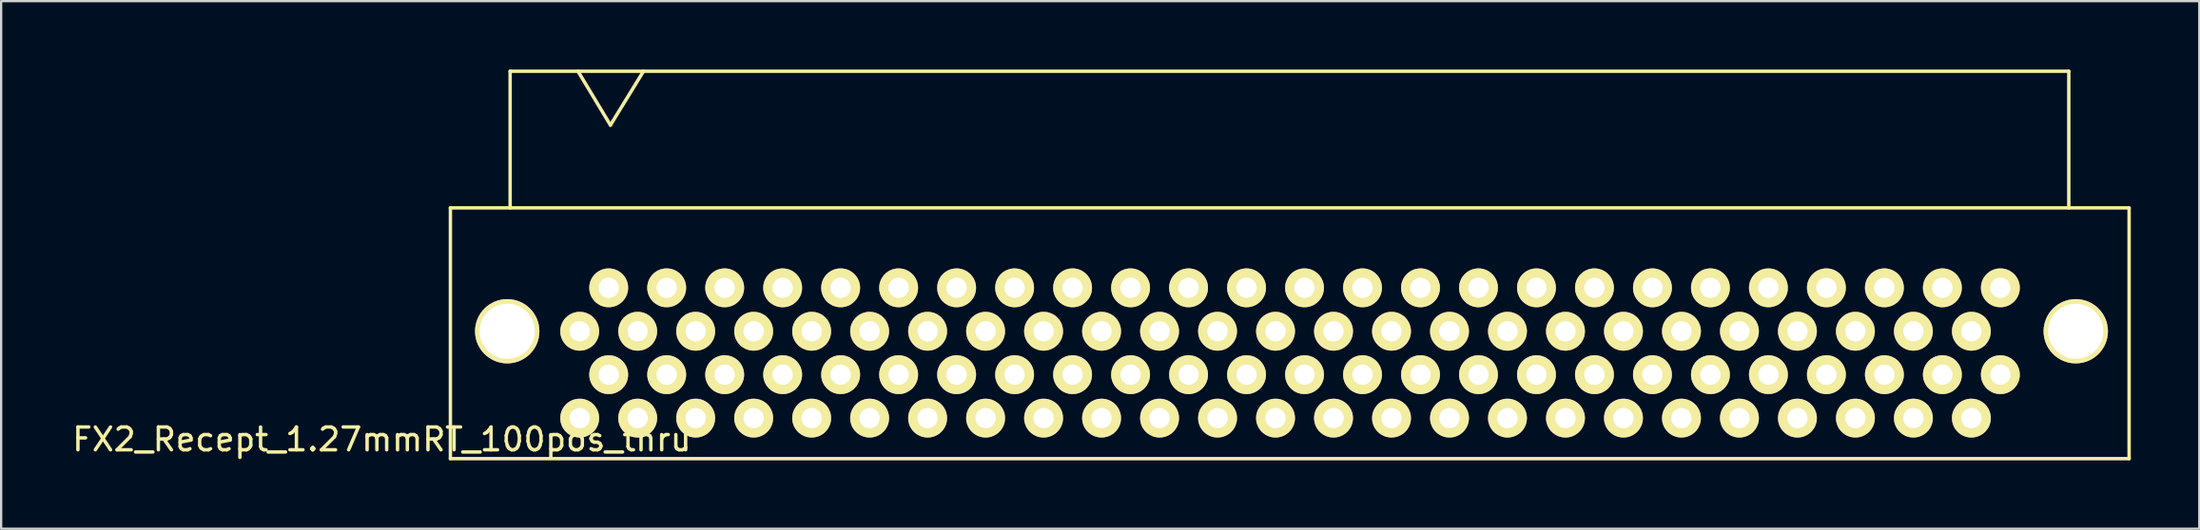
<source format=kicad_pcb>
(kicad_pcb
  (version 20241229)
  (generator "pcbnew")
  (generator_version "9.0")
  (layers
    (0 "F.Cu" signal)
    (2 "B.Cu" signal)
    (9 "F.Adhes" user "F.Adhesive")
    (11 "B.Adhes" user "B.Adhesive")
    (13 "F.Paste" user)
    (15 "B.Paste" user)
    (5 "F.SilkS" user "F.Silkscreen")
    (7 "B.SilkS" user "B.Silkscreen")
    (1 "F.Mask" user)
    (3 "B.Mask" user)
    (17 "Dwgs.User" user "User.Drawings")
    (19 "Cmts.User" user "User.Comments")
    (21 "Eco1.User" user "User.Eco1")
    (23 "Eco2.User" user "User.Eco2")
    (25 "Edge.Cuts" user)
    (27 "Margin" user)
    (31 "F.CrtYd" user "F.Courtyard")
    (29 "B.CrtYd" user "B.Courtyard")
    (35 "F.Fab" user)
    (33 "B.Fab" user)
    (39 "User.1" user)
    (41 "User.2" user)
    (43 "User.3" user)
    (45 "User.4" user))
  (footprint "FX2_Recept_1.27mmRT_100pos_thru"
    (layer "F.Cu")
    (at 84.573 9.575)
    (property "Reference" "FX2_Recept_1.27mmRT_100pos_thru" (at -70.9 6.65 0) (layer "F.SilkS") (effects (font (size 1 1) (thickness 0.15))))
    (attr through_hole)
    (fp_line (start -67.894 -3.505) (end 5.639 -3.505) (stroke (width 0.15) (type solid)) (layer "F.SilkS"))
    (fp_line (start -67.894 7.493) (end -67.894 -3.505) (stroke (width 0.15) (type solid)) (layer "F.SilkS"))
    (fp_line (start -65.278 -9.5) (end -65.278 -3.505) (stroke (width 0.15) (type solid)) (layer "F.SilkS"))
    (fp_line (start -62.306 -9.5) (end -60.884 -7.137) (stroke (width 0.15) (type solid)) (layer "F.SilkS"))
    (fp_line (start -60.884 -7.137) (end -59.436 -9.5) (stroke (width 0.15) (type solid)) (layer "F.SilkS"))
    (fp_line (start 2.997 -9.5) (end -65.278 -9.5) (stroke (width 0.15) (type solid)) (layer "F.SilkS"))
    (fp_line (start 2.997 -3.505) (end 2.997 -9.5) (stroke (width 0.15) (type solid)) (layer "F.SilkS"))
    (fp_line (start 5.639 -3.505) (end 5.639 7.493) (stroke (width 0.15) (type solid)) (layer "F.SilkS"))
    (fp_line (start 5.639 7.493) (end -67.894 7.493) (stroke (width 0.15) (type solid)) (layer "F.SilkS"))
    (pad "" np_thru_hole circle (at -65.405 1.905) (size 2.819 2.819) (drill 2.413) (layers "*.Cu" "*.Mask" "F.SilkS"))
    (pad "" np_thru_hole circle (at 3.302 1.905) (size 2.819 2.819) (drill 2.413) (layers "*.Cu" "*.Mask" "F.SilkS"))
    (pad "a1" thru_hole circle (at 0 3.81) (size 1.702 1.702) (drill 0.889) (layers "*.Cu" "*.Mask" "F.SilkS"))
    (pad "a2" thru_hole circle (at -1.27 5.715) (size 1.702 1.702) (drill 0.889) (layers "*.Cu" "*.Mask" "F.SilkS"))
    (pad "a3" thru_hole circle (at -2.54 3.81) (size 1.702 1.702) (drill 0.889) (layers "*.Cu" "*.Mask" "F.SilkS"))
    (pad "a4" thru_hole circle (at -3.81 5.715) (size 1.702 1.702) (drill 0.889) (layers "*.Cu" "*.Mask" "F.SilkS"))
    (pad "a5" thru_hole circle (at -5.08 3.81) (size 1.702 1.702) (drill 0.889) (layers "*.Cu" "*.Mask" "F.SilkS"))
    (pad "a6" thru_hole circle (at -6.35 5.715) (size 1.702 1.702) (drill 0.889) (layers "*.Cu" "*.Mask" "F.SilkS"))
    (pad "a7" thru_hole circle (at -7.62 3.81) (size 1.702 1.702) (drill 0.889) (layers "*.Cu" "*.Mask" "F.SilkS"))
    (pad "a8" thru_hole circle (at -8.89 5.715) (size 1.702 1.702) (drill 0.889) (layers "*.Cu" "*.Mask" "F.SilkS"))
    (pad "a9" thru_hole circle (at -10.16 3.81) (size 1.702 1.702) (drill 0.889) (layers "*.Cu" "*.Mask" "F.SilkS"))
    (pad "a10" thru_hole circle (at -11.43 5.715) (size 1.702 1.702) (drill 0.889) (layers "*.Cu" "*.Mask" "F.SilkS"))
    (pad "a11" thru_hole circle (at -12.7 3.81) (size 1.702 1.702) (drill 0.889) (layers "*.Cu" "*.Mask" "F.SilkS"))
    (pad "a12" thru_hole circle (at -13.97 5.715) (size 1.702 1.702) (drill 0.889) (layers "*.Cu" "*.Mask" "F.SilkS"))
    (pad "a13" thru_hole circle (at -15.24 3.81) (size 1.702 1.702) (drill 0.889) (layers "*.Cu" "*.Mask" "F.SilkS"))
    (pad "a14" thru_hole circle (at -16.51 5.715) (size 1.702 1.702) (drill 0.889) (layers "*.Cu" "*.Mask" "F.SilkS"))
    (pad "a15" thru_hole circle (at -17.78 3.81) (size 1.702 1.702) (drill 0.889) (layers "*.Cu" "*.Mask" "F.SilkS"))
    (pad "a16" thru_hole circle (at -19.05 5.715) (size 1.702 1.702) (drill 0.889) (layers "*.Cu" "*.Mask" "F.SilkS"))
    (pad "a17" thru_hole circle (at -20.32 3.81) (size 1.702 1.702) (drill 0.889) (layers "*.Cu" "*.Mask" "F.SilkS"))
    (pad "a18" thru_hole circle (at -21.59 5.715) (size 1.702 1.702) (drill 0.889) (layers "*.Cu" "*.Mask" "F.SilkS"))
    (pad "a19" thru_hole circle (at -22.86 3.81) (size 1.702 1.702) (drill 0.889) (layers "*.Cu" "*.Mask" "F.SilkS"))
    (pad "a20" thru_hole circle (at -24.13 5.715) (size 1.702 1.702) (drill 0.889) (layers "*.Cu" "*.Mask" "F.SilkS"))
    (pad "a21" thru_hole circle (at -25.4 3.81) (size 1.702 1.702) (drill 0.889) (layers "*.Cu" "*.Mask" "F.SilkS"))
    (pad "a22" thru_hole circle (at -26.67 5.715) (size 1.702 1.702) (drill 0.889) (layers "*.Cu" "*.Mask" "F.SilkS"))
    (pad "a23" thru_hole circle (at -27.94 3.81) (size 1.702 1.702) (drill 0.889) (layers "*.Cu" "*.Mask" "F.SilkS"))
    (pad "a24" thru_hole circle (at -29.21 5.715) (size 1.702 1.702) (drill 0.889) (layers "*.Cu" "*.Mask" "F.SilkS"))
    (pad "a25" thru_hole circle (at -30.48 3.81) (size 1.702 1.702) (drill 0.889) (layers "*.Cu" "*.Mask" "F.SilkS"))
    (pad "a26" thru_hole circle (at -31.75 5.715) (size 1.702 1.702) (drill 0.889) (layers "*.Cu" "*.Mask" "F.SilkS"))
    (pad "a27" thru_hole circle (at -33.02 3.81) (size 1.702 1.702) (drill 0.889) (layers "*.Cu" "*.Mask" "F.SilkS"))
    (pad "a28" thru_hole circle (at -34.29 5.715) (size 1.702 1.702) (drill 0.889) (layers "*.Cu" "*.Mask" "F.SilkS"))
    (pad "a29" thru_hole circle (at -35.56 3.81) (size 1.702 1.702) (drill 0.889) (layers "*.Cu" "*.Mask" "F.SilkS"))
    (pad "a30" thru_hole circle (at -36.83 5.715) (size 1.702 1.702) (drill 0.889) (layers "*.Cu" "*.Mask" "F.SilkS"))
    (pad "a31" thru_hole circle (at -38.1 3.81) (size 1.702 1.702) (drill 0.889) (layers "*.Cu" "*.Mask" "F.SilkS"))
    (pad "a32" thru_hole circle (at -39.37 5.715) (size 1.702 1.702) (drill 0.889) (layers "*.Cu" "*.Mask" "F.SilkS"))
    (pad "a33" thru_hole circle (at -40.64 3.81) (size 1.702 1.702) (drill 0.889) (layers "*.Cu" "*.Mask" "F.SilkS"))
    (pad "a34" thru_hole circle (at -41.91 5.715) (size 1.702 1.702) (drill 0.889) (layers "*.Cu" "*.Mask" "F.SilkS"))
    (pad "a35" thru_hole circle (at -43.18 3.81) (size 1.702 1.702) (drill 0.889) (layers "*.Cu" "*.Mask" "F.SilkS"))
    (pad "a36" thru_hole circle (at -44.45 5.715) (size 1.702 1.702) (drill 0.889) (layers "*.Cu" "*.Mask" "F.SilkS"))
    (pad "a37" thru_hole circle (at -45.72 3.81) (size 1.702 1.702) (drill 0.889) (layers "*.Cu" "*.Mask" "F.SilkS"))
    (pad "a38" thru_hole circle (at -46.99 5.715) (size 1.702 1.702) (drill 0.889) (layers "*.Cu" "*.Mask" "F.SilkS"))
    (pad "a39" thru_hole circle (at -48.26 3.81) (size 1.702 1.702) (drill 0.889) (layers "*.Cu" "*.Mask" "F.SilkS"))
    (pad "a40" thru_hole circle (at -49.53 5.715) (size 1.702 1.702) (drill 0.889) (layers "*.Cu" "*.Mask" "F.SilkS"))
    (pad "a41" thru_hole circle (at -50.8 3.81) (size 1.702 1.702) (drill 0.889) (layers "*.Cu" "*.Mask" "F.SilkS"))
    (pad "a42" thru_hole circle (at -52.07 5.715) (size 1.702 1.702) (drill 0.889) (layers "*.Cu" "*.Mask" "F.SilkS"))
    (pad "a43" thru_hole circle (at -53.34 3.81) (size 1.702 1.702) (drill 0.889) (layers "*.Cu" "*.Mask" "F.SilkS"))
    (pad "a44" thru_hole circle (at -54.61 5.715) (size 1.702 1.702) (drill 0.889) (layers "*.Cu" "*.Mask" "F.SilkS"))
    (pad "a45" thru_hole circle (at -55.88 3.81) (size 1.702 1.702) (drill 0.889) (layers "*.Cu" "*.Mask" "F.SilkS"))
    (pad "a46" thru_hole circle (at -57.15 5.715) (size 1.702 1.702) (drill 0.889) (layers "*.Cu" "*.Mask" "F.SilkS"))
    (pad "a47" thru_hole circle (at -58.42 3.81) (size 1.702 1.702) (drill 0.889) (layers "*.Cu" "*.Mask" "F.SilkS"))
    (pad "a48" thru_hole circle (at -59.69 5.715) (size 1.702 1.702) (drill 0.889) (layers "*.Cu" "*.Mask" "F.SilkS"))
    (pad "a49" thru_hole circle (at -60.96 3.81) (size 1.702 1.702) (drill 0.889) (layers "*.Cu" "*.Mask" "F.SilkS"))
    (pad "a50" thru_hole circle (at -62.23 5.715) (size 1.702 1.702) (drill 0.889) (layers "*.Cu" "*.Mask" "F.SilkS"))
    (pad "b1" thru_hole circle (at 0 0) (size 1.702 1.702) (drill 0.889) (layers "*.Cu" "*.Mask" "F.SilkS"))
    (pad "b2" thru_hole circle (at -1.27 1.905) (size 1.702 1.702) (drill 0.889) (layers "*.Cu" "*.Mask" "F.SilkS"))
    (pad "b3" thru_hole circle (at -2.54 0) (size 1.702 1.702) (drill 0.889) (layers "*.Cu" "*.Mask" "F.SilkS"))
    (pad "b4" thru_hole circle (at -3.81 1.905) (size 1.702 1.702) (drill 0.889) (layers "*.Cu" "*.Mask" "F.SilkS"))
    (pad "b5" thru_hole circle (at -5.08 0) (size 1.702 1.702) (drill 0.889) (layers "*.Cu" "*.Mask" "F.SilkS"))
    (pad "b6" thru_hole circle (at -6.35 1.905) (size 1.702 1.702) (drill 0.889) (layers "*.Cu" "*.Mask" "F.SilkS"))
    (pad "b7" thru_hole circle (at -7.62 0) (size 1.702 1.702) (drill 0.889) (layers "*.Cu" "*.Mask" "F.SilkS"))
    (pad "b8" thru_hole circle (at -8.89 1.905) (size 1.702 1.702) (drill 0.889) (layers "*.Cu" "*.Mask" "F.SilkS"))
    (pad "b9" thru_hole circle (at -10.16 0) (size 1.702 1.702) (drill 0.889) (layers "*.Cu" "*.Mask" "F.SilkS"))
    (pad "b10" thru_hole circle (at -11.43 1.905) (size 1.702 1.702) (drill 0.889) (layers "*.Cu" "*.Mask" "F.SilkS"))
    (pad "b11" thru_hole circle (at -12.7 0) (size 1.702 1.702) (drill 0.889) (layers "*.Cu" "*.Mask" "F.SilkS"))
    (pad "b12" thru_hole circle (at -13.97 1.905) (size 1.702 1.702) (drill 0.889) (layers "*.Cu" "*.Mask" "F.SilkS"))
    (pad "b13" thru_hole circle (at -15.24 0) (size 1.702 1.702) (drill 0.889) (layers "*.Cu" "*.Mask" "F.SilkS"))
    (pad "b14" thru_hole circle (at -16.51 1.905) (size 1.702 1.702) (drill 0.889) (layers "*.Cu" "*.Mask" "F.SilkS"))
    (pad "b15" thru_hole circle (at -17.78 0) (size 1.702 1.702) (drill 0.889) (layers "*.Cu" "*.Mask" "F.SilkS"))
    (pad "b16" thru_hole circle (at -19.05 1.905) (size 1.702 1.702) (drill 0.889) (layers "*.Cu" "*.Mask" "F.SilkS"))
    (pad "b17" thru_hole circle (at -20.32 0) (size 1.702 1.702) (drill 0.889) (layers "*.Cu" "*.Mask" "F.SilkS"))
    (pad "b18" thru_hole circle (at -21.59 1.905) (size 1.702 1.702) (drill 0.889) (layers "*.Cu" "*.Mask" "F.SilkS"))
    (pad "b19" thru_hole circle (at -22.86 0) (size 1.702 1.702) (drill 0.889) (layers "*.Cu" "*.Mask" "F.SilkS"))
    (pad "b20" thru_hole circle (at -24.13 1.905) (size 1.702 1.702) (drill 0.889) (layers "*.Cu" "*.Mask" "F.SilkS"))
    (pad "b21" thru_hole circle (at -25.4 0) (size 1.702 1.702) (drill 0.889) (layers "*.Cu" "*.Mask" "F.SilkS"))
    (pad "b22" thru_hole circle (at -26.67 1.905) (size 1.702 1.702) (drill 0.889) (layers "*.Cu" "*.Mask" "F.SilkS"))
    (pad "b23" thru_hole circle (at -27.94 0) (size 1.702 1.702) (drill 0.889) (layers "*.Cu" "*.Mask" "F.SilkS"))
    (pad "b24" thru_hole circle (at -29.21 1.905) (size 1.702 1.702) (drill 0.889) (layers "*.Cu" "*.Mask" "F.SilkS"))
    (pad "b25" thru_hole circle (at -30.48 0) (size 1.702 1.702) (drill 0.889) (layers "*.Cu" "*.Mask" "F.SilkS"))
    (pad "b26" thru_hole circle (at -31.75 1.905) (size 1.702 1.702) (drill 0.889) (layers "*.Cu" "*.Mask" "F.SilkS"))
    (pad "b27" thru_hole circle (at -33.02 0) (size 1.702 1.702) (drill 0.889) (layers "*.Cu" "*.Mask" "F.SilkS"))
    (pad "b28" thru_hole circle (at -34.29 1.905) (size 1.702 1.702) (drill 0.889) (layers "*.Cu" "*.Mask" "F.SilkS"))
    (pad "b29" thru_hole circle (at -35.56 0) (size 1.702 1.702) (drill 0.889) (layers "*.Cu" "*.Mask" "F.SilkS"))
    (pad "b30" thru_hole circle (at -36.83 1.905) (size 1.702 1.702) (drill 0.889) (layers "*.Cu" "*.Mask" "F.SilkS"))
    (pad "b31" thru_hole circle (at -38.1 0) (size 1.702 1.702) (drill 0.889) (layers "*.Cu" "*.Mask" "F.SilkS"))
    (pad "b32" thru_hole circle (at -39.37 1.905) (size 1.702 1.702) (drill 0.889) (layers "*.Cu" "*.Mask" "F.SilkS"))
    (pad "b33" thru_hole circle (at -40.64 0) (size 1.702 1.702) (drill 0.889) (layers "*.Cu" "*.Mask" "F.SilkS"))
    (pad "b34" thru_hole circle (at -41.91 1.905) (size 1.702 1.702) (drill 0.889) (layers "*.Cu" "*.Mask" "F.SilkS"))
    (pad "b35" thru_hole circle (at -43.18 0) (size 1.702 1.702) (drill 0.889) (layers "*.Cu" "*.Mask" "F.SilkS"))
    (pad "b36" thru_hole circle (at -44.45 1.905) (size 1.702 1.702) (drill 0.889) (layers "*.Cu" "*.Mask" "F.SilkS"))
    (pad "b37" thru_hole circle (at -45.72 0) (size 1.702 1.702) (drill 0.889) (layers "*.Cu" "*.Mask" "F.SilkS"))
    (pad "b38" thru_hole circle (at -46.99 1.905) (size 1.702 1.702) (drill 0.889) (layers "*.Cu" "*.Mask" "F.SilkS"))
    (pad "b39" thru_hole circle (at -48.26 0) (size 1.702 1.702) (drill 0.889) (layers "*.Cu" "*.Mask" "F.SilkS"))
    (pad "b40" thru_hole circle (at -49.53 1.905) (size 1.702 1.702) (drill 0.889) (layers "*.Cu" "*.Mask" "F.SilkS"))
    (pad "b41" thru_hole circle (at -50.8 0) (size 1.702 1.702) (drill 0.889) (layers "*.Cu" "*.Mask" "F.SilkS"))
    (pad "b42" thru_hole circle (at -52.07 1.905) (size 1.702 1.702) (drill 0.889) (layers "*.Cu" "*.Mask" "F.SilkS"))
    (pad "b43" thru_hole circle (at -53.34 0) (size 1.702 1.702) (drill 0.889) (layers "*.Cu" "*.Mask" "F.SilkS"))
    (pad "b44" thru_hole circle (at -54.61 1.905) (size 1.702 1.702) (drill 0.889) (layers "*.Cu" "*.Mask" "F.SilkS"))
    (pad "b45" thru_hole circle (at -55.88 0) (size 1.702 1.702) (drill 0.889) (layers "*.Cu" "*.Mask" "F.SilkS"))
    (pad "b46" thru_hole circle (at -57.15 1.905) (size 1.702 1.702) (drill 0.889) (layers "*.Cu" "*.Mask" "F.SilkS"))
    (pad "b47" thru_hole circle (at -58.42 0) (size 1.702 1.702) (drill 0.889) (layers "*.Cu" "*.Mask" "F.SilkS"))
    (pad "b48" thru_hole circle (at -59.69 1.905) (size 1.702 1.702) (drill 0.889) (layers "*.Cu" "*.Mask" "F.SilkS"))
    (pad "b49" thru_hole circle (at -60.96 0) (size 1.702 1.702) (drill 0.889) (layers "*.Cu" "*.Mask" "F.SilkS"))
    (pad "b50" thru_hole circle (at -62.23 1.905) (size 1.702 1.702) (drill 0.889) (layers "*.Cu" "*.Mask" "F.SilkS")))
  (gr_rect
    (start -3 -3)
    (end 93.286 20.143)
    (stroke (width 0.1) (type default))
    (fill no)
    (layer "Edge.Cuts")))
</source>
